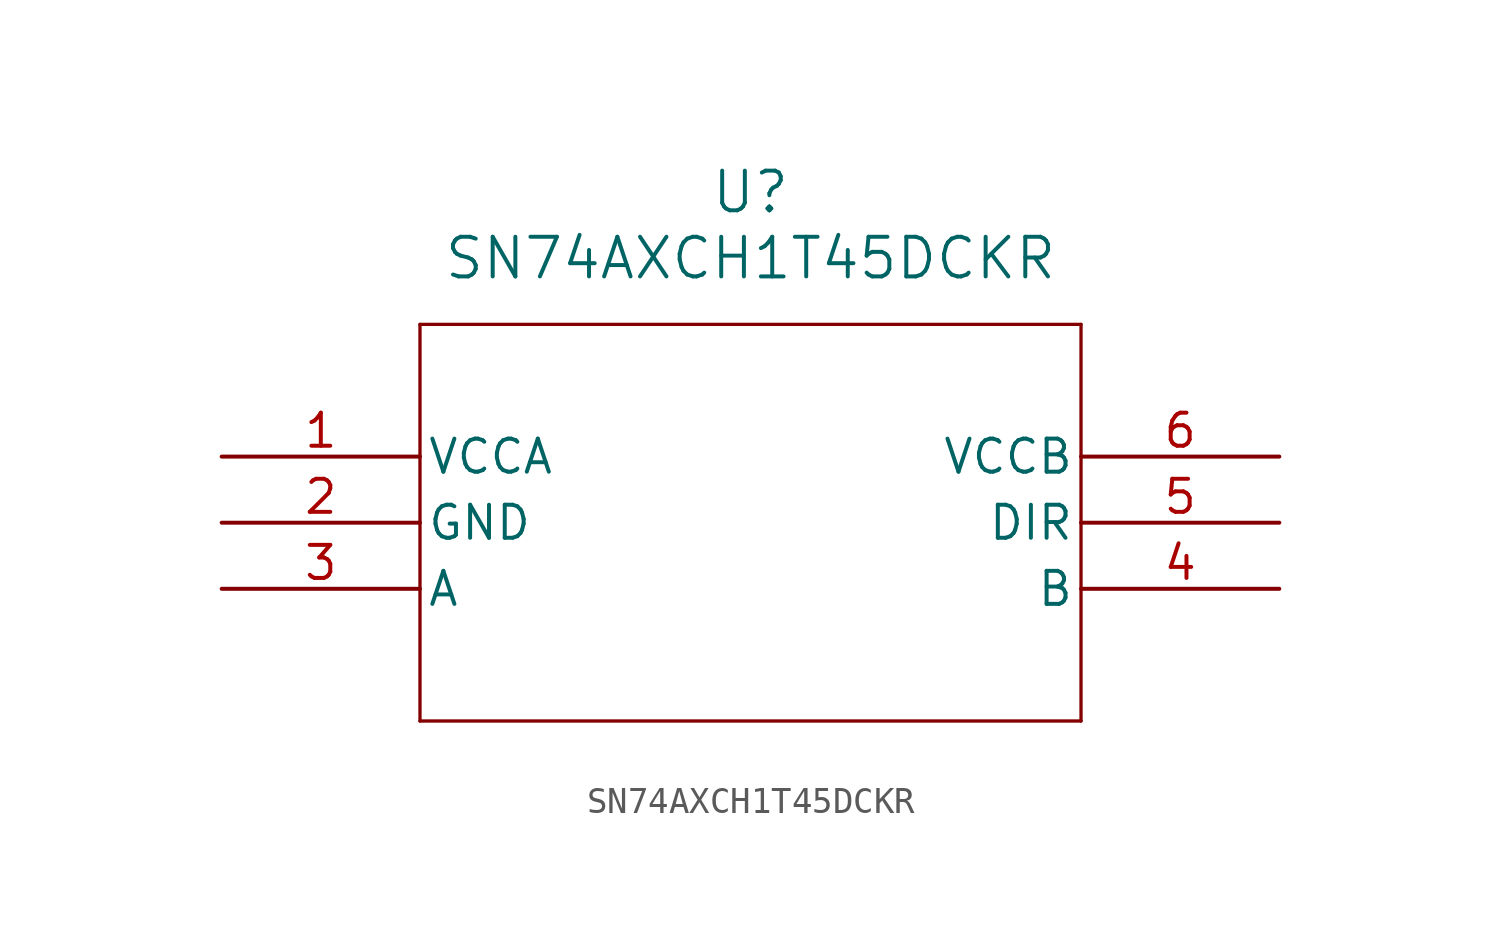
<source format=kicad_sym>
(kicad_symbol_lib
  (version 20211014)
  (generator kicad_symbol_editor)
  (symbol "SN74AXCH1T45DCKR"
    (pin_names
      (offset 0.254))
    (property "Reference" "U"
      (at 20.32 10.16 0)
      (effects (font (size 1.524 1.524))))
    (property "Value" "SN74AXCH1T45DCKR"
      (at 20.32 7.62 0)
      (effects (font (size 1.524 1.524))))
    (symbol "SN74AXCH1T45DCKR_0_1"
      (polyline (pts (xy 7.62 5.08) (xy 7.62 -10.16)) (stroke (width 0.127) (type default) (color 0 0 0 0)) (fill (type none)))
      (polyline (pts (xy 7.62 -10.16) (xy 33.02 -10.16)) (stroke (width 0.127) (type default) (color 0 0 0 0)) (fill (type none)))
      (polyline (pts (xy 33.02 -10.16) (xy 33.02 5.08)) (stroke (width 0.127) (type default) (color 0 0 0 0)) (fill (type none)))
      (polyline (pts (xy 33.02 5.08) (xy 7.62 5.08)) (stroke (width 0.127) (type default) (color 0 0 0 0)) (fill (type none)))
      (pin power_in line (at 0 0 0) (length 7.62) (name "VCCA" (effects (font (size 1.27 1.27)))) (number "1" (effects (font (size 1.27 1.27)))))
      (pin power_out line (at 0 -2.54 0) (length 7.62) (name "GND" (effects (font (size 1.27 1.27)))) (number "2" (effects (font (size 1.27 1.27)))))
      (pin bidirectional line (at 0 -5.08 0) (length 7.62) (name "A" (effects (font (size 1.27 1.27)))) (number "3" (effects (font (size 1.27 1.27)))))
      (pin bidirectional line (at 40.64 -5.08 180) (length 7.62) (name "B" (effects (font (size 1.27 1.27)))) (number "4" (effects (font (size 1.27 1.27)))))
      (pin input line (at 40.64 -2.54 180) (length 7.62) (name "DIR" (effects (font (size 1.27 1.27)))) (number "5" (effects (font (size 1.27 1.27)))))
      (pin power_in line (at 40.64 0 180) (length 7.62) (name "VCCB" (effects (font (size 1.27 1.27)))) (number "6" (effects (font (size 1.27 1.27))))))))
</source>
